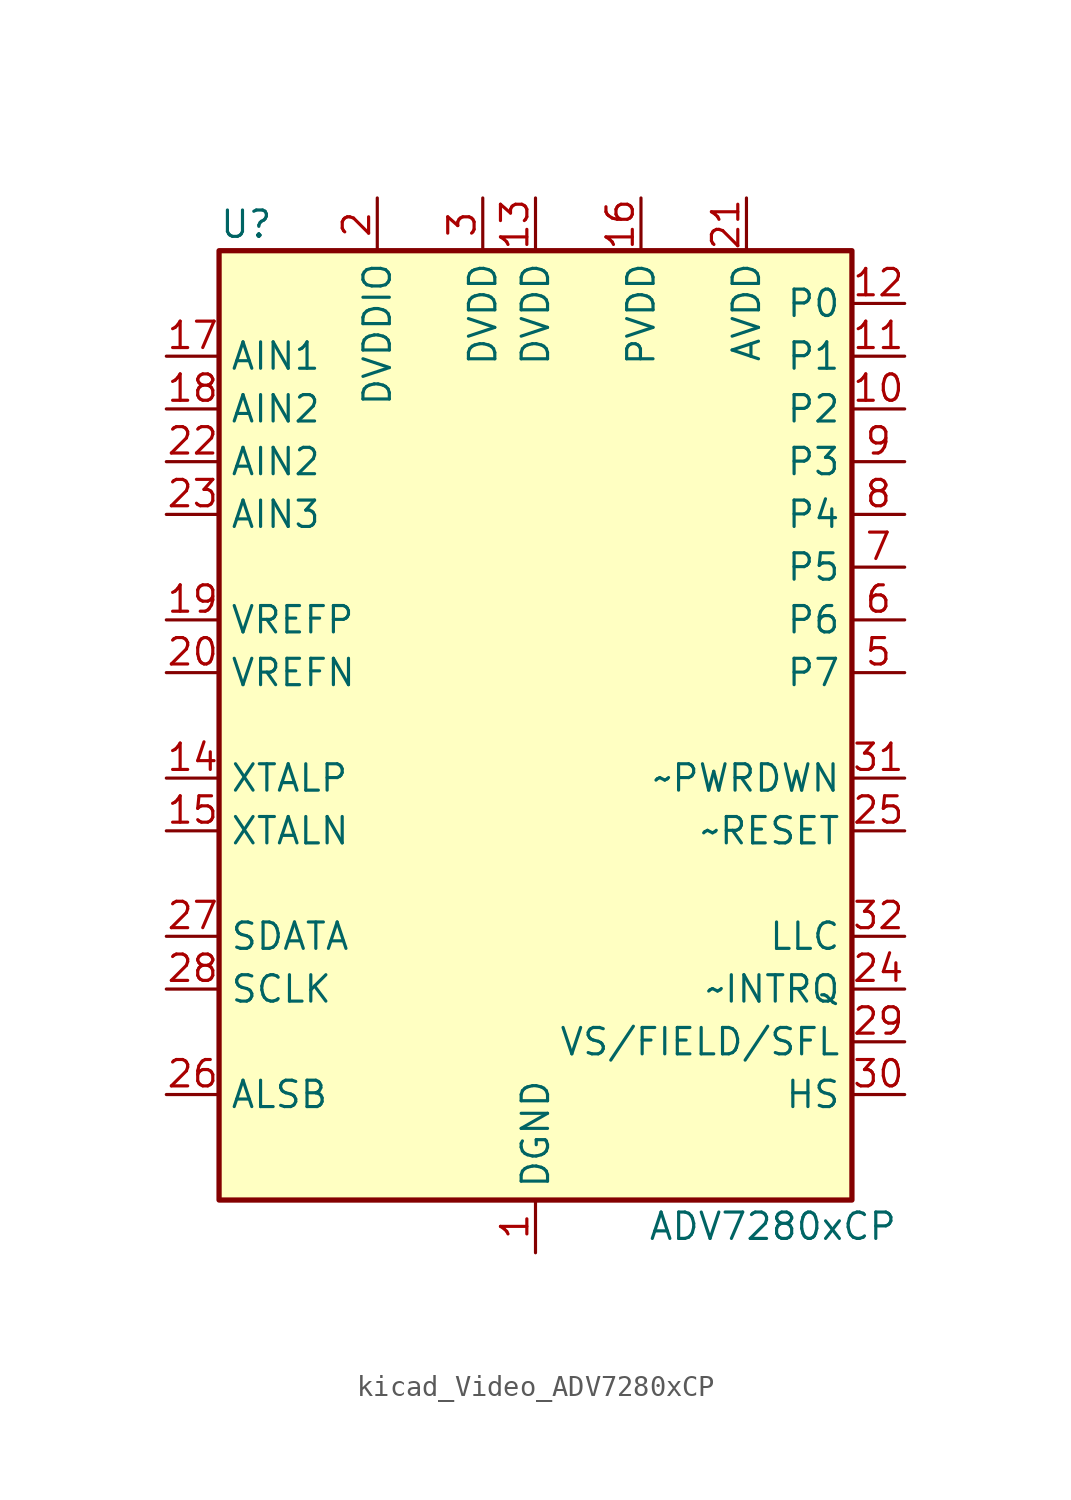
<source format=kicad_sym>
(kicad_symbol_lib
  (version 20220914)
  (generator kicad_symbol_editor)
  (symbol "kicad_Video_ADV7280xCP"
    (property "Reference" "U"
      (at -15.24 24.13 0)
      (effects (font (size 1.27 1.27)) (justify left)))
    (property "Value" "ADV7280xCP"
      (at 11.43 -24.13 0)
      (effects (font (size 1.27 1.27))))
    (symbol "kicad_Video_ADV7280xCP_0_1"
      (rectangle (start -15.24 22.86) (end 15.24 -22.86) (stroke (width 0.254) (type default)) (fill (type background))))
    (symbol "kicad_Video_ADV7280xCP_1_1"
      (pin power_in line (at 0 -25.4 90) (length 2.54) (name "DGND" (effects (font (size 1.27 1.27)))) (number "1" (effects (font (size 1.27 1.27)))))
      (pin output line (at 17.78 15.24 180) (length 2.54) (name "P2" (effects (font (size 1.27 1.27)))) (number "10" (effects (font (size 1.27 1.27)))))
      (pin output line (at 17.78 17.78 180) (length 2.54) (name "P1" (effects (font (size 1.27 1.27)))) (number "11" (effects (font (size 1.27 1.27)))))
      (pin output line (at 17.78 20.32 180) (length 2.54) (name "P0" (effects (font (size 1.27 1.27)))) (number "12" (effects (font (size 1.27 1.27)))))
      (pin power_in line (at 0 25.4 270) (length 2.54) (name "DVDD" (effects (font (size 1.27 1.27)))) (number "13" (effects (font (size 1.27 1.27)))))
      (pin output line (at -17.78 -2.54 0) (length 2.54) (name "XTALP" (effects (font (size 1.27 1.27)))) (number "14" (effects (font (size 1.27 1.27)))))
      (pin input line (at -17.78 -5.08 0) (length 2.54) (name "XTALN" (effects (font (size 1.27 1.27)))) (number "15" (effects (font (size 1.27 1.27)))))
      (pin power_in line (at 5.08 25.4 270) (length 2.54) (name "PVDD" (effects (font (size 1.27 1.27)))) (number "16" (effects (font (size 1.27 1.27)))))
      (pin input line (at -17.78 17.78 0) (length 2.54) (name "AIN1" (effects (font (size 1.27 1.27)))) (number "17" (effects (font (size 1.27 1.27)))))
      (pin input line (at -17.78 15.24 0) (length 2.54) (name "AIN2" (effects (font (size 1.27 1.27)))) (number "18" (effects (font (size 1.27 1.27)))))
      (pin output line (at -17.78 5.08 0) (length 2.54) (name "VREFP" (effects (font (size 1.27 1.27)))) (number "19" (effects (font (size 1.27 1.27)))))
      (pin power_in line (at -7.62 25.4 270) (length 2.54) (name "DVDDIO" (effects (font (size 1.27 1.27)))) (number "2" (effects (font (size 1.27 1.27)))))
      (pin output line (at -17.78 2.54 0) (length 2.54) (name "VREFN" (effects (font (size 1.27 1.27)))) (number "20" (effects (font (size 1.27 1.27)))))
      (pin power_in line (at 10.16 25.4 270) (length 2.54) (name "AVDD" (effects (font (size 1.27 1.27)))) (number "21" (effects (font (size 1.27 1.27)))))
      (pin input line (at -17.78 12.7 0) (length 2.54) (name "AIN2" (effects (font (size 1.27 1.27)))) (number "22" (effects (font (size 1.27 1.27)))))
      (pin input line (at -17.78 10.16 0) (length 2.54) (name "AIN3" (effects (font (size 1.27 1.27)))) (number "23" (effects (font (size 1.27 1.27)))))
      (pin output line (at 17.78 -12.7 180) (length 2.54) (name "~INTRQ" (effects (font (size 1.27 1.27)))) (number "24" (effects (font (size 1.27 1.27)))))
      (pin input line (at 17.78 -5.08 180) (length 2.54) (name "~RESET" (effects (font (size 1.27 1.27)))) (number "25" (effects (font (size 1.27 1.27)))))
      (pin input line (at -17.78 -17.78 0) (length 2.54) (name "ALSB" (effects (font (size 1.27 1.27)))) (number "26" (effects (font (size 1.27 1.27)))))
      (pin bidirectional line (at -17.78 -10.16 0) (length 2.54) (name "SDATA" (effects (font (size 1.27 1.27)))) (number "27" (effects (font (size 1.27 1.27)))))
      (pin input line (at -17.78 -12.7 0) (length 2.54) (name "SCLK" (effects (font (size 1.27 1.27)))) (number "28" (effects (font (size 1.27 1.27)))))
      (pin output line (at 17.78 -15.24 180) (length 2.54) (name "VS/FIELD/SFL" (effects (font (size 1.27 1.27)))) (number "29" (effects (font (size 1.27 1.27)))))
      (pin power_in line (at -2.54 25.4 270) (length 2.54) (name "DVDD" (effects (font (size 1.27 1.27)))) (number "3" (effects (font (size 1.27 1.27)))))
      (pin output line (at 17.78 -17.78 180) (length 2.54) (name "HS" (effects (font (size 1.27 1.27)))) (number "30" (effects (font (size 1.27 1.27)))))
      (pin input line (at 17.78 -2.54 180) (length 2.54) (name "~PWRDWN" (effects (font (size 1.27 1.27)))) (number "31" (effects (font (size 1.27 1.27)))))
      (pin output line (at 17.78 -10.16 180) (length 2.54) (name "LLC" (effects (font (size 1.27 1.27)))) (number "32" (effects (font (size 1.27 1.27)))))
      (pin passive line (at 0 -25.4 90) (length 2.54) hide (name "DGND" (effects (font (size 1.27 1.27)))) (number "33" (effects (font (size 1.27 1.27)))))
      (pin passive line (at 0 -25.4 90) (length 2.54) hide (name "DGND" (effects (font (size 1.27 1.27)))) (number "4" (effects (font (size 1.27 1.27)))))
      (pin output line (at 17.78 2.54 180) (length 2.54) (name "P7" (effects (font (size 1.27 1.27)))) (number "5" (effects (font (size 1.27 1.27)))))
      (pin output line (at 17.78 5.08 180) (length 2.54) (name "P6" (effects (font (size 1.27 1.27)))) (number "6" (effects (font (size 1.27 1.27)))))
      (pin output line (at 17.78 7.62 180) (length 2.54) (name "P5" (effects (font (size 1.27 1.27)))) (number "7" (effects (font (size 1.27 1.27)))))
      (pin output line (at 17.78 10.16 180) (length 2.54) (name "P4" (effects (font (size 1.27 1.27)))) (number "8" (effects (font (size 1.27 1.27)))))
      (pin output line (at 17.78 12.7 180) (length 2.54) (name "P3" (effects (font (size 1.27 1.27)))) (number "9" (effects (font (size 1.27 1.27))))))))
</source>
